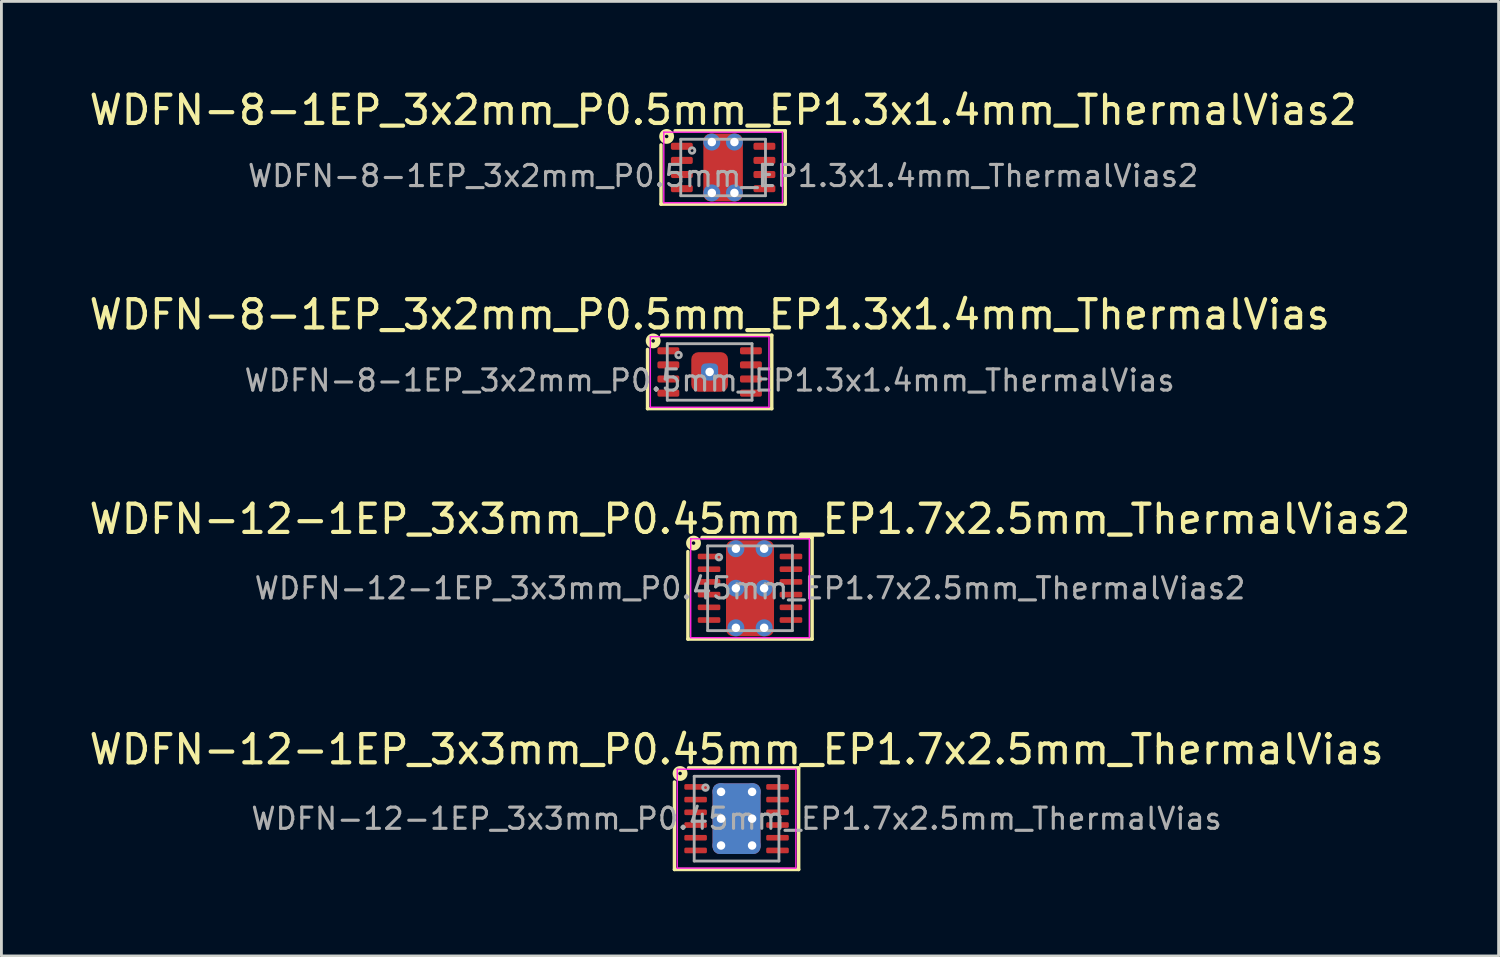
<source format=kicad_pcb>
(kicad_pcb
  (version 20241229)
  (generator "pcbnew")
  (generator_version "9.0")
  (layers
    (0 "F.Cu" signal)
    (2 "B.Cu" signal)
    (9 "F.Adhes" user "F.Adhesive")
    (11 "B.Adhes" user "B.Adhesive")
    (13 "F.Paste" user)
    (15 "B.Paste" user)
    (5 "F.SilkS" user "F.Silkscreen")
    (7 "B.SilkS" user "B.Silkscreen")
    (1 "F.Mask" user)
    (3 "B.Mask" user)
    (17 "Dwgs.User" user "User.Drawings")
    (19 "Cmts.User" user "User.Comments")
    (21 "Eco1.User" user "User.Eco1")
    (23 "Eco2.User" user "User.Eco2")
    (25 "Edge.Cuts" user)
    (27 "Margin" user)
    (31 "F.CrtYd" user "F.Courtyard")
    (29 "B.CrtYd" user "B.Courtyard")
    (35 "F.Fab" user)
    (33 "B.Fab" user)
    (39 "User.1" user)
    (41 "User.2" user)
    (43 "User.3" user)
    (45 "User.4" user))
  (footprint "WDFN-8-1EP_3x2mm_P0.5mm_EP1.3x1.4mm_ThermalVias"
    (layer "F.Cu")
    (at 22.077 10.12)
    (property "Reference" "WDFN-8-1EP_3x2mm_P0.5mm_EP1.3x1.4mm_ThermalVias" (at 0 -2.032 0) (layer "F.SilkS") (effects (font (size 1 1) (thickness 0.15))))
    (attr smd)
    (fp_line (start -2.2 1.3) (end -2.2 -0.8) (stroke (width 0.12) (type solid)) (layer "F.SilkS"))
    (fp_line (start -1.7 -1.3) (end 2.2 -1.3) (stroke (width 0.12) (type solid)) (layer "F.SilkS"))
    (fp_line (start 2.2 -1.3) (end 2.2 1.3) (stroke (width 0.12) (type solid)) (layer "F.SilkS"))
    (fp_line (start 2.2 1.3) (end -2.2 1.3) (stroke (width 0.12) (type solid)) (layer "F.SilkS"))
    (fp_circle (center -2 -1.1) (end -1.937 -1.1) (stroke (width 0.2) (type solid)) (fill no) (layer "F.SilkS"))
    (fp_line (start -2.1 -1.25) (end -2.1 1.25) (stroke (width 0.05) (type solid)) (layer "F.CrtYd"))
    (fp_line (start -2.1 1.25) (end 2.1 1.25) (stroke (width 0.05) (type solid)) (layer "F.CrtYd"))
    (fp_line (start 2.1 -1.25) (end -2.1 -1.25) (stroke (width 0.05) (type solid)) (layer "F.CrtYd"))
    (fp_line (start 2.1 1.25) (end 2.1 -1.25) (stroke (width 0.05) (type solid)) (layer "F.CrtYd"))
    (fp_line (start -1.5 -1) (end 1.5 -1) (stroke (width 0.1) (type solid)) (layer "F.Fab"))
    (fp_line (start -1.5 1) (end -1.5 -1) (stroke (width 0.1) (type solid)) (layer "F.Fab"))
    (fp_line (start 1.5 -1) (end 1.5 1) (stroke (width 0.1) (type solid)) (layer "F.Fab"))
    (fp_line (start 1.5 1) (end -1.5 1) (stroke (width 0.1) (type solid)) (layer "F.Fab"))
    (fp_circle (center -1.1 -0.6) (end -1 -0.6) (stroke (width 0.1) (type solid)) (fill no) (layer "F.Fab"))
    (fp_text user "${REFERENCE}" (at 0 0.3 0) (layer "F.Fab") (effects (font (size 0.75 0.75) (thickness 0.11))))
    (pad "" smd roundrect (at -0.325 -0.35) (size 0.45 0.5) (layers "F.Paste") (roundrect_rratio 0.25))
    (pad "" smd roundrect (at -0.325 0.35) (size 0.45 0.5) (layers "F.Paste") (roundrect_rratio 0.25))
    (pad "" smd roundrect (at 0.325 -0.35) (size 0.45 0.5) (layers "F.Paste") (roundrect_rratio 0.25))
    (pad "" smd roundrect (at 0.325 0.35) (size 0.45 0.5) (layers "F.Paste") (roundrect_rratio 0.25))
    (pad "1" smd roundrect (at -1.462 -0.75) (size 0.775 0.25) (layers "F.Cu" "F.Mask" "F.Paste") (roundrect_rratio 0.25))
    (pad "2" smd roundrect (at -1.462 -0.25) (size 0.775 0.25) (layers "F.Cu" "F.Mask" "F.Paste") (roundrect_rratio 0.25))
    (pad "3" smd roundrect (at -1.462 0.25) (size 0.775 0.25) (layers "F.Cu" "F.Mask" "F.Paste") (roundrect_rratio 0.25))
    (pad "4" smd roundrect (at -1.462 0.75) (size 0.775 0.25) (layers "F.Cu" "F.Mask" "F.Paste") (roundrect_rratio 0.25))
    (pad "5" smd roundrect (at 1.462 0.75) (size 0.775 0.25) (layers "F.Cu" "F.Mask" "F.Paste") (roundrect_rratio 0.25))
    (pad "6" smd roundrect (at 1.462 0.25) (size 0.775 0.25) (layers "F.Cu" "F.Mask" "F.Paste") (roundrect_rratio 0.25))
    (pad "7" smd roundrect (at 1.462 -0.25) (size 0.775 0.25) (layers "F.Cu" "F.Mask" "F.Paste") (roundrect_rratio 0.25))
    (pad "8" smd roundrect (at 1.462 -0.75) (size 0.775 0.25) (layers "F.Cu" "F.Mask" "F.Paste") (roundrect_rratio 0.25))
    (pad "9" thru_hole circle (at 0 0) (size 0.6 0.6) (drill 0.3) (property pad_prop_heatsink) (layers "*.Cu"))
    (pad "9" smd roundrect (at 0 0) (size 0.6 0.6) (layers "B.Cu" "B.Mask") (roundrect_rratio 0.25))
    (pad "9" smd roundrect (at 0 0) (size 1.3 1.4) (layers "F.Cu" "F.Mask") (roundrect_rratio 0.192)))
  (footprint "WDFN-8-1EP_3x2mm_P0.5mm_EP1.3x1.4mm_ThermalVias2"
    (layer "F.Cu")
    (at 22.554 2.88)
    (property "Reference" "WDFN-8-1EP_3x2mm_P0.5mm_EP1.3x1.4mm_ThermalVias2" (at 0 -2.032 0) (layer "F.SilkS") (effects (font (size 1 1) (thickness 0.15))))
    (attr smd)
    (fp_line (start -2.2 1.3) (end -2.2 -0.8) (stroke (width 0.12) (type solid)) (layer "F.SilkS"))
    (fp_line (start -1.7 -1.3) (end 2.2 -1.3) (stroke (width 0.12) (type solid)) (layer "F.SilkS"))
    (fp_line (start 2.2 -1.3) (end 2.2 1.3) (stroke (width 0.12) (type solid)) (layer "F.SilkS"))
    (fp_line (start 2.2 1.3) (end -2.2 1.3) (stroke (width 0.12) (type solid)) (layer "F.SilkS"))
    (fp_circle (center -2 -1.1) (end -1.937 -1.1) (stroke (width 0.2) (type solid)) (fill no) (layer "F.SilkS"))
    (fp_line (start -2.1 -1.25) (end -2.1 1.25) (stroke (width 0.05) (type solid)) (layer "F.CrtYd"))
    (fp_line (start -2.1 1.25) (end 2.1 1.25) (stroke (width 0.05) (type solid)) (layer "F.CrtYd"))
    (fp_line (start 2.1 -1.25) (end -2.1 -1.25) (stroke (width 0.05) (type solid)) (layer "F.CrtYd"))
    (fp_line (start 2.1 1.25) (end 2.1 -1.25) (stroke (width 0.05) (type solid)) (layer "F.CrtYd"))
    (fp_line (start -1.5 -1) (end 1.5 -1) (stroke (width 0.1) (type solid)) (layer "F.Fab"))
    (fp_line (start -1.5 1) (end -1.5 -1) (stroke (width 0.1) (type solid)) (layer "F.Fab"))
    (fp_line (start 1.5 -1) (end 1.5 1) (stroke (width 0.1) (type solid)) (layer "F.Fab"))
    (fp_line (start 1.5 1) (end -1.5 1) (stroke (width 0.1) (type solid)) (layer "F.Fab"))
    (fp_circle (center -1.1 -0.6) (end -1 -0.6) (stroke (width 0.1) (type solid)) (fill no) (layer "F.Fab"))
    (fp_text user "${REFERENCE}" (at 0 0.3 0) (layer "F.Fab") (effects (font (size 0.75 0.75) (thickness 0.11))))
    (pad "" smd roundrect (at -0.325 -0.3) (size 0.45 0.4) (layers "F.Paste") (roundrect_rratio 0.25))
    (pad "" smd roundrect (at -0.325 0.3) (size 0.45 0.4) (layers "F.Paste") (roundrect_rratio 0.25))
    (pad "" smd roundrect (at 0 0 90) (size 1.2 1.3) (layers "F.Mask") (roundrect_rratio 0.208))
    (pad "" smd roundrect (at 0.325 -0.3) (size 0.45 0.4) (layers "F.Paste") (roundrect_rratio 0.25))
    (pad "" smd roundrect (at 0.325 0.3) (size 0.45 0.4) (layers "F.Paste") (roundrect_rratio 0.25))
    (pad "1" smd roundrect (at -1.462 -0.75) (size 0.775 0.25) (layers "F.Cu" "F.Mask" "F.Paste") (roundrect_rratio 0.25))
    (pad "2" smd roundrect (at -1.462 -0.25) (size 0.775 0.25) (layers "F.Cu" "F.Mask" "F.Paste") (roundrect_rratio 0.25))
    (pad "3" smd roundrect (at -1.462 0.25) (size 0.775 0.25) (layers "F.Cu" "F.Mask" "F.Paste") (roundrect_rratio 0.25))
    (pad "4" smd roundrect (at -1.462 0.75) (size 0.775 0.25) (layers "F.Cu" "F.Mask" "F.Paste") (roundrect_rratio 0.25))
    (pad "5" smd roundrect (at 1.462 0.75) (size 0.775 0.25) (layers "F.Cu" "F.Mask" "F.Paste") (roundrect_rratio 0.25))
    (pad "6" smd roundrect (at 1.462 0.25) (size 0.775 0.25) (layers "F.Cu" "F.Mask" "F.Paste") (roundrect_rratio 0.25))
    (pad "7" smd roundrect (at 1.462 -0.25) (size 0.775 0.25) (layers "F.Cu" "F.Mask" "F.Paste") (roundrect_rratio 0.25))
    (pad "8" smd roundrect (at 1.462 -0.75) (size 0.775 0.25) (layers "F.Cu" "F.Mask" "F.Paste") (roundrect_rratio 0.25))
    (pad "9" thru_hole circle (at -0.4 -0.9 180) (size 0.6 0.6) (drill 0.3) (property pad_prop_heatsink) (layers "*.Cu" "*.Mask"))
    (pad "9" thru_hole circle (at -0.4 0.9 180) (size 0.6 0.6) (drill 0.3) (property pad_prop_heatsink) (layers "*.Cu" "*.Mask"))
    (pad "9" smd roundrect (at 0 0) (size 1.4 2.4) (layers "F.Cu") (roundrect_rratio 0.179))
    (pad "9" thru_hole circle (at 0.4 -0.9 180) (size 0.6 0.6) (drill 0.3) (property pad_prop_heatsink) (layers "*.Cu" "*.Mask"))
    (pad "9" thru_hole circle (at 0.4 0.9 180) (size 0.6 0.6) (drill 0.3) (property pad_prop_heatsink) (layers "*.Cu" "*.Mask")))
  (footprint "WDFN-12-1EP_3x3mm_P0.45mm_EP1.7x2.5mm_ThermalVias2"
    (layer "F.Cu")
    (at 23.506 17.779)
    (property "Reference" "WDFN-12-1EP_3x3mm_P0.45mm_EP1.7x2.5mm_ThermalVias2" (at 0 -2.45 0) (layer "F.SilkS") (effects (font (size 1 1) (thickness 0.15))))
    (attr smd)
    (fp_line (start -2.2 -1.3) (end -2.2 1.8) (stroke (width 0.12) (type solid)) (layer "F.SilkS"))
    (fp_line (start -2.2 1.8) (end 2.2 1.8) (stroke (width 0.12) (type solid)) (layer "F.SilkS"))
    (fp_line (start 2.2 -1.8) (end -1.7 -1.8) (stroke (width 0.12) (type solid)) (layer "F.SilkS"))
    (fp_line (start 2.2 1.8) (end 2.2 -1.8) (stroke (width 0.12) (type solid)) (layer "F.SilkS"))
    (fp_circle (center -2 -1.6) (end -1.937 -1.6) (stroke (width 0.2) (type solid)) (fill no) (layer "F.SilkS"))
    (fp_line (start -2.1 -1.75) (end -2.1 1.75) (stroke (width 0.05) (type solid)) (layer "F.CrtYd"))
    (fp_line (start -2.1 1.75) (end 2.1 1.75) (stroke (width 0.05) (type solid)) (layer "F.CrtYd"))
    (fp_line (start 2.1 -1.75) (end -2.1 -1.75) (stroke (width 0.05) (type solid)) (layer "F.CrtYd"))
    (fp_line (start 2.1 1.75) (end 2.1 -1.75) (stroke (width 0.05) (type solid)) (layer "F.CrtYd"))
    (fp_line (start -1.5 -1.5) (end 1.5 -1.5) (stroke (width 0.1) (type solid)) (layer "F.Fab"))
    (fp_line (start -1.5 1.5) (end -1.5 -1.5) (stroke (width 0.1) (type solid)) (layer "F.Fab"))
    (fp_line (start 1.5 -1.5) (end 1.5 1.5) (stroke (width 0.1) (type solid)) (layer "F.Fab"))
    (fp_line (start 1.5 1.5) (end -1.5 1.5) (stroke (width 0.1) (type solid)) (layer "F.Fab"))
    (fp_circle (center -1.1 -1.1) (end -1 -1.1) (stroke (width 0.1) (type solid)) (fill no) (layer "F.Fab"))
    (fp_text user "${REFERENCE}" (at 0 0 0) (layer "F.Fab") (effects (font (size 0.75 0.75) (thickness 0.11))))
    (pad "" smd roundrect (at -0.375 -0.7) (size 0.55 0.6) (layers "F.Paste") (roundrect_rratio 0.25))
    (pad "" smd roundrect (at -0.375 0.7) (size 0.55 0.6) (layers "F.Paste") (roundrect_rratio 0.25))
    (pad "" smd roundrect (at 0 -0.7) (size 1.5 0.8) (layers "F.Mask") (roundrect_rratio 0.25))
    (pad "" smd roundrect (at 0 0.7) (size 1.5 0.8) (layers "F.Mask") (roundrect_rratio 0.25))
    (pad "" smd roundrect (at 0.375 -0.7) (size 0.55 0.6) (layers "F.Paste") (roundrect_rratio 0.25))
    (pad "" smd roundrect (at 0.375 0.7) (size 0.55 0.6) (layers "F.Paste") (roundrect_rratio 0.25))
    (pad "1" smd roundrect (at -1.45 -1.125) (size 0.8 0.2) (layers "F.Cu" "F.Mask" "F.Paste") (roundrect_rratio 0.25))
    (pad "2" smd roundrect (at -1.45 -0.675) (size 0.8 0.2) (layers "F.Cu" "F.Mask" "F.Paste") (roundrect_rratio 0.25))
    (pad "3" smd roundrect (at -1.45 -0.225) (size 0.8 0.2) (layers "F.Cu" "F.Mask" "F.Paste") (roundrect_rratio 0.25))
    (pad "4" smd roundrect (at -1.45 0.225) (size 0.8 0.2) (layers "F.Cu" "F.Mask" "F.Paste") (roundrect_rratio 0.25))
    (pad "5" smd roundrect (at -1.45 0.675) (size 0.8 0.2) (layers "F.Cu" "F.Mask" "F.Paste") (roundrect_rratio 0.25))
    (pad "6" smd roundrect (at -1.45 1.125) (size 0.8 0.2) (layers "F.Cu" "F.Mask" "F.Paste") (roundrect_rratio 0.25))
    (pad "7" smd roundrect (at 1.45 1.125) (size 0.8 0.2) (layers "F.Cu" "F.Mask" "F.Paste") (roundrect_rratio 0.25))
    (pad "8" smd roundrect (at 1.45 0.675) (size 0.8 0.2) (layers "F.Cu" "F.Mask" "F.Paste") (roundrect_rratio 0.25))
    (pad "9" smd roundrect (at 1.45 0.225) (size 0.8 0.2) (layers "F.Cu" "F.Mask" "F.Paste") (roundrect_rratio 0.25))
    (pad "10" smd roundrect (at 1.45 -0.225) (size 0.8 0.2) (layers "F.Cu" "F.Mask" "F.Paste") (roundrect_rratio 0.25))
    (pad "11" smd roundrect (at 1.45 -0.675) (size 0.8 0.2) (layers "F.Cu" "F.Mask" "F.Paste") (roundrect_rratio 0.25))
    (pad "12" smd roundrect (at 1.45 -1.125) (size 0.8 0.2) (layers "F.Cu" "F.Mask" "F.Paste") (roundrect_rratio 0.25))
    (pad "13" thru_hole circle (at -0.5 -1.4 180) (size 0.6 0.6) (drill 0.3) (property pad_prop_heatsink) (layers "*.Cu" "*.Mask"))
    (pad "13" thru_hole circle (at -0.5 0 180) (size 0.6 0.6) (drill 0.3) (property pad_prop_heatsink) (layers "*.Cu" "*.Mask"))
    (pad "13" thru_hole circle (at -0.5 1.4 180) (size 0.6 0.6) (drill 0.3) (property pad_prop_heatsink) (layers "*.Cu" "*.Mask"))
    (pad "13" smd roundrect (at 0 0) (size 1.7 3.4) (layers "F.Cu") (roundrect_rratio 0.147))
    (pad "13" thru_hole circle (at 0.5 -1.4 180) (size 0.6 0.6) (drill 0.3) (property pad_prop_heatsink) (layers "*.Cu" "*.Mask"))
    (pad "13" thru_hole circle (at 0.5 0 180) (size 0.6 0.6) (drill 0.3) (property pad_prop_heatsink) (layers "*.Cu" "*.Mask"))
    (pad "13" thru_hole circle (at 0.5 1.4 180) (size 0.6 0.6) (drill 0.3) (property pad_prop_heatsink) (layers "*.Cu" "*.Mask")))
  (footprint "WDFN-12-1EP_3x3mm_P0.45mm_EP1.7x2.5mm_ThermalVias"
    (layer "F.Cu")
    (at 23.03 25.937)
    (property "Reference" "WDFN-12-1EP_3x3mm_P0.45mm_EP1.7x2.5mm_ThermalVias" (at 0 -2.45 0) (layer "F.SilkS") (effects (font (size 1 1) (thickness 0.15))))
    (attr smd)
    (fp_line (start -2.2 -1.3) (end -2.2 1.8) (stroke (width 0.12) (type solid)) (layer "F.SilkS"))
    (fp_line (start -2.2 1.8) (end 2.2 1.8) (stroke (width 0.12) (type solid)) (layer "F.SilkS"))
    (fp_line (start 2.2 -1.8) (end -1.7 -1.8) (stroke (width 0.12) (type solid)) (layer "F.SilkS"))
    (fp_line (start 2.2 1.8) (end 2.2 -1.8) (stroke (width 0.12) (type solid)) (layer "F.SilkS"))
    (fp_circle (center -2 -1.6) (end -1.937 -1.6) (stroke (width 0.2) (type solid)) (fill no) (layer "F.SilkS"))
    (fp_line (start -2.1 -1.75) (end -2.1 1.75) (stroke (width 0.05) (type solid)) (layer "F.CrtYd"))
    (fp_line (start -2.1 1.75) (end 2.1 1.75) (stroke (width 0.05) (type solid)) (layer "F.CrtYd"))
    (fp_line (start 2.1 -1.75) (end -2.1 -1.75) (stroke (width 0.05) (type solid)) (layer "F.CrtYd"))
    (fp_line (start 2.1 1.75) (end 2.1 -1.75) (stroke (width 0.05) (type solid)) (layer "F.CrtYd"))
    (fp_line (start -1.5 -1.5) (end 1.5 -1.5) (stroke (width 0.1) (type solid)) (layer "F.Fab"))
    (fp_line (start -1.5 1.5) (end -1.5 -1.5) (stroke (width 0.1) (type solid)) (layer "F.Fab"))
    (fp_line (start 1.5 -1.5) (end 1.5 1.5) (stroke (width 0.1) (type solid)) (layer "F.Fab"))
    (fp_line (start 1.5 1.5) (end -1.5 1.5) (stroke (width 0.1) (type solid)) (layer "F.Fab"))
    (fp_circle (center -1.1 -1.1) (end -1 -1.1) (stroke (width 0.1) (type solid)) (fill no) (layer "F.Fab"))
    (fp_text user "${REFERENCE}" (at 0 0 0) (layer "F.Fab") (effects (font (size 0.75 0.75) (thickness 0.11))))
    (pad "" smd roundrect (at -0.4 -0.575) (size 0.6 0.85) (layers "F.Paste") (roundrect_rratio 0.25))
    (pad "" smd roundrect (at -0.4 0.575) (size 0.6 0.85) (layers "F.Paste") (roundrect_rratio 0.25))
    (pad "" smd roundrect (at 0.4 -0.575) (size 0.6 0.85) (layers "F.Paste") (roundrect_rratio 0.25))
    (pad "" smd roundrect (at 0.4 0.575) (size 0.6 0.85) (layers "F.Paste") (roundrect_rratio 0.25))
    (pad "1" smd roundrect (at -1.45 -1.125) (size 0.8 0.2) (layers "F.Cu" "F.Mask" "F.Paste") (roundrect_rratio 0.25))
    (pad "2" smd roundrect (at -1.45 -0.675) (size 0.8 0.2) (layers "F.Cu" "F.Mask" "F.Paste") (roundrect_rratio 0.25))
    (pad "3" smd roundrect (at -1.45 -0.225) (size 0.8 0.2) (layers "F.Cu" "F.Mask" "F.Paste") (roundrect_rratio 0.25))
    (pad "4" smd roundrect (at -1.45 0.225) (size 0.8 0.2) (layers "F.Cu" "F.Mask" "F.Paste") (roundrect_rratio 0.25))
    (pad "5" smd roundrect (at -1.45 0.675) (size 0.8 0.2) (layers "F.Cu" "F.Mask" "F.Paste") (roundrect_rratio 0.25))
    (pad "6" smd roundrect (at -1.45 1.125) (size 0.8 0.2) (layers "F.Cu" "F.Mask" "F.Paste") (roundrect_rratio 0.25))
    (pad "7" smd roundrect (at 1.45 1.125) (size 0.8 0.2) (layers "F.Cu" "F.Mask" "F.Paste") (roundrect_rratio 0.25))
    (pad "8" smd roundrect (at 1.45 0.675) (size 0.8 0.2) (layers "F.Cu" "F.Mask" "F.Paste") (roundrect_rratio 0.25))
    (pad "9" smd roundrect (at 1.45 0.225) (size 0.8 0.2) (layers "F.Cu" "F.Mask" "F.Paste") (roundrect_rratio 0.25))
    (pad "10" smd roundrect (at 1.45 -0.225) (size 0.8 0.2) (layers "F.Cu" "F.Mask" "F.Paste") (roundrect_rratio 0.25))
    (pad "11" smd roundrect (at 1.45 -0.675) (size 0.8 0.2) (layers "F.Cu" "F.Mask" "F.Paste") (roundrect_rratio 0.25))
    (pad "12" smd roundrect (at 1.45 -1.125) (size 0.8 0.2) (layers "F.Cu" "F.Mask" "F.Paste") (roundrect_rratio 0.25))
    (pad "13" thru_hole circle (at -0.55 -0.95) (size 0.6 0.6) (drill 0.3) (property pad_prop_heatsink) (layers "*.Cu"))
    (pad "13" thru_hole circle (at -0.55 0) (size 0.6 0.6) (drill 0.3) (property pad_prop_heatsink) (layers "*.Cu"))
    (pad "13" thru_hole circle (at -0.55 0.95) (size 0.6 0.6) (drill 0.3) (property pad_prop_heatsink) (layers "*.Cu"))
    (pad "13" smd roundrect (at 0 0) (size 1.7 2.5) (layers "F.Cu" "F.Mask") (roundrect_rratio 0.147))
    (pad "13" smd roundrect (at 0 0) (size 1.7 2.5) (layers "B.Cu" "B.Mask") (roundrect_rratio 0.147))
    (pad "13" thru_hole circle (at 0.55 -0.95) (size 0.6 0.6) (drill 0.3) (property pad_prop_heatsink) (layers "*.Cu"))
    (pad "13" thru_hole circle (at 0.55 0) (size 0.6 0.6) (drill 0.3) (property pad_prop_heatsink) (layers "*.Cu"))
    (pad "13" thru_hole circle (at 0.55 0.95) (size 0.6 0.6) (drill 0.3) (property pad_prop_heatsink) (layers "*.Cu")))
  (gr_rect
    (start -3 -3)
    (end 50.012 30.797)
    (stroke (width 0.1) (type default))
    (fill no)
    (layer "Edge.Cuts")))
</source>
